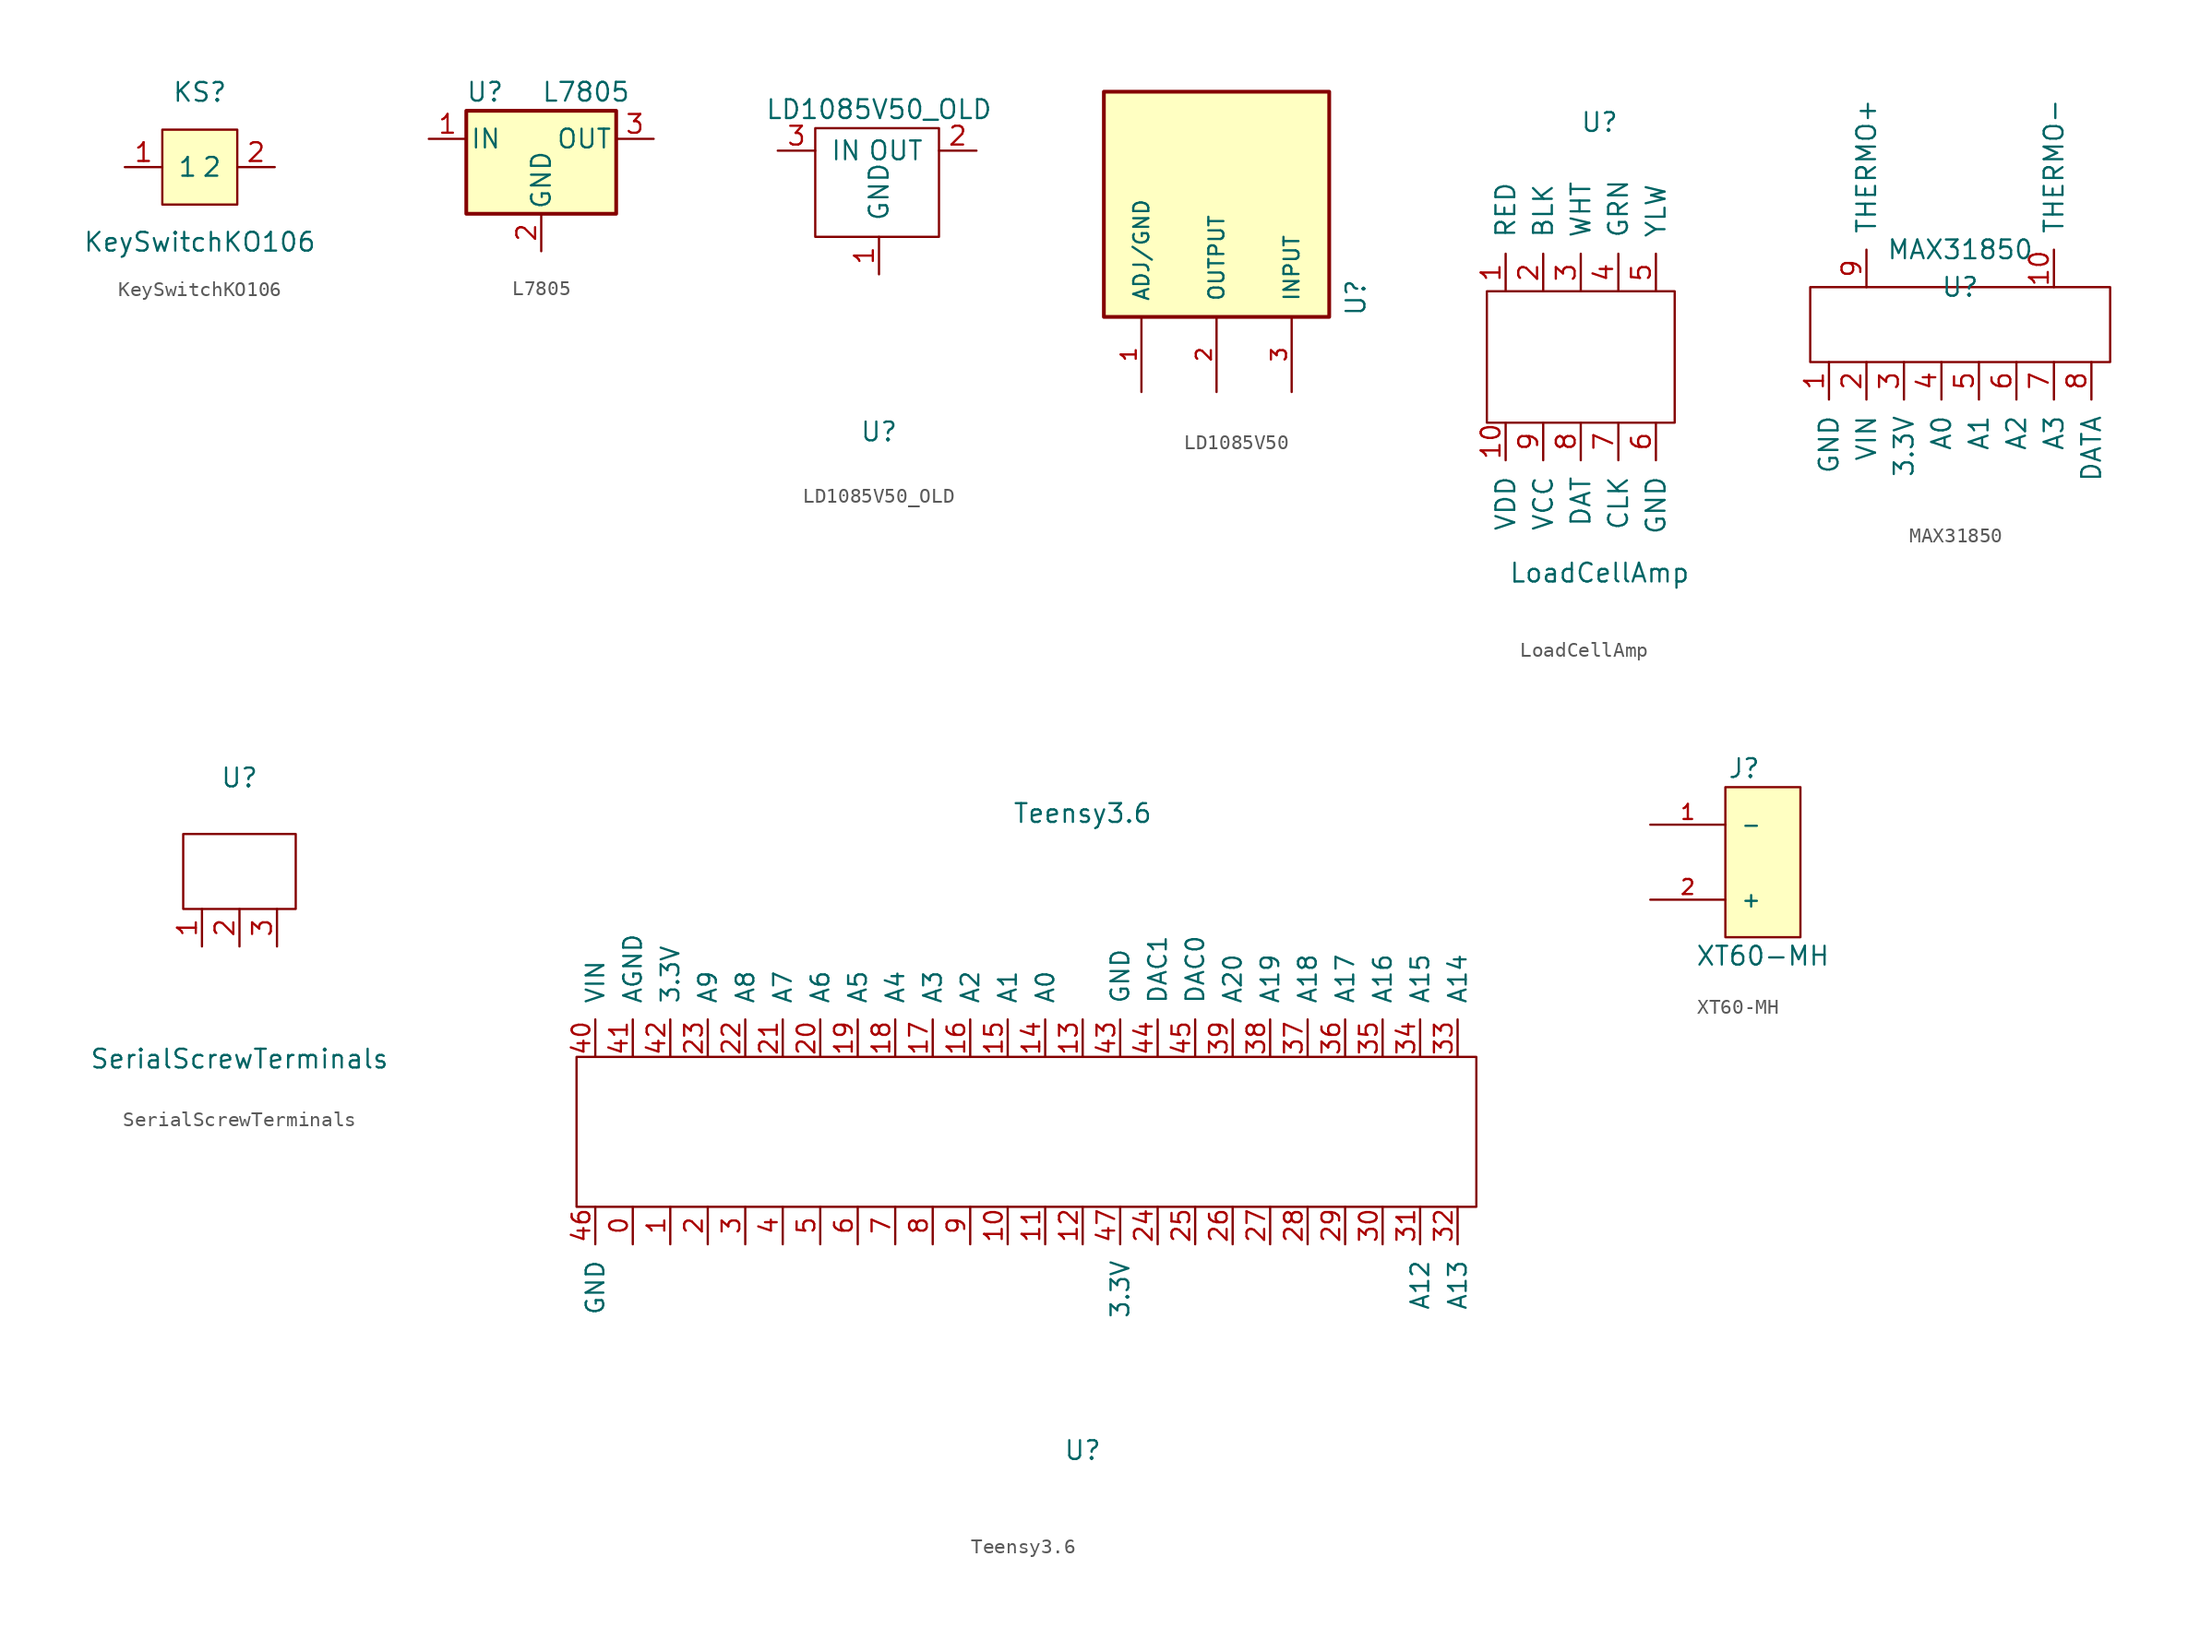
<source format=kicad_sym>
(kicad_symbol_lib
  (version 20211014)
  (generator kicad_symbol_editor)
  (symbol "KeySwitchKO106"
    (pin_names
      (offset 1.016))
    (property "Reference" "KS"
      (at 0 5.08 0)
      (effects (font (size 1.27 1.27))))
    (property "Value" "KeySwitchKO106"
      (at 0 -5.08 0)
      (effects (font (size 1.27 1.27))))
    (symbol "KeySwitchKO106_0_1"
      (rectangle (start -2.54 2.54) (end 2.54 -2.54) (stroke (width 0) (type default) (color 0 0 0 0)) (fill (type background))))
    (symbol "KeySwitchKO106_1_1"
      (pin passive line (at -5.08 0 0) (length 2.54) (name "1" (effects (font (size 1.27 1.27)))) (number "1" (effects (font (size 1.27 1.27)))))
      (pin passive line (at 5.08 0 180) (length 2.54) (name "2" (effects (font (size 1.27 1.27)))) (number "2" (effects (font (size 1.27 1.27)))))))
  (symbol "L7805"
    (pin_names
      (offset 0.254))
    (property "Reference" "U"
      (at -3.81 3.175 0)
      (effects (font (size 1.27 1.27))))
    (property "Value" "L7805"
      (at 0 3.175 0)
      (effects (font (size 1.27 1.27)) (justify left)))
    (symbol "L7805_0_1"
      (rectangle (start -5.08 1.905) (end 5.08 -5.08) (stroke (width 0.254) (type default) (color 0 0 0 0)) (fill (type background))))
    (symbol "L7805_1_1"
      (pin power_in line (at -7.62 0 0) (length 2.54) (name "IN" (effects (font (size 1.27 1.27)))) (number "1" (effects (font (size 1.27 1.27)))))
      (pin power_in line (at 0 -7.62 90) (length 2.54) (name "GND" (effects (font (size 1.27 1.27)))) (number "2" (effects (font (size 1.27 1.27)))))
      (pin power_out line (at 7.62 0 180) (length 2.54) (name "OUT" (effects (font (size 1.27 1.27)))) (number "3" (effects (font (size 1.27 1.27)))))))
  (symbol "LD1085V50_OLD"
    (pin_names
      (offset 1.016))
    (property "Reference" "U"
      (at 0 -19.05 0)
      (effects (font (size 1.27 1.27))))
    (property "Value" "LD1085V50_OLD"
      (at 0 2.794 0)
      (effects (font (size 1.27 1.27))))
    (symbol "LD1085V50_OLD_0_1"
      (rectangle (start -4.318 1.524) (end 4.064 -5.842) (stroke (width 0) (type default) (color 0 0 0 0)) (fill (type none))))
    (symbol "LD1085V50_OLD_1_1"
      (pin input line (at 0 -8.382 90) (length 2.54) (name "GND" (effects (font (size 1.27 1.27)))) (number "1" (effects (font (size 1.27 1.27)))))
      (pin output line (at 6.604 0 180) (length 2.54) (name "OUT" (effects (font (size 1.27 1.27)))) (number "2" (effects (font (size 1.27 1.27)))))
      (pin input line (at -6.858 0 0) (length 2.54) (name "IN" (effects (font (size 1.27 1.27)))) (number "3" (effects (font (size 1.27 1.27)))))))
  (symbol "LD1085V50"
    (pin_names
      (offset 1.016))
    (property "Reference" "U"
      (at 10.16 -5.08 90)
      (effects (font (size 1.27 1.27)) (justify left bottom)))
    (symbol "LD1085V50_0_0"
      (rectangle (start -7.62 -5.08) (end 7.62 10.16) (stroke (width 0.254) (type default) (color 0 0 0 0)) (fill (type background)))
      (pin bidirectional line (at -5.08 -10.16 90) (length 5.08) (name "ADJ/GND" (effects (font (size 1.016 1.016)))) (number "1" (effects (font (size 1.016 1.016)))))
      (pin bidirectional line (at 0 -10.16 90) (length 5.08) (name "OUTPUT" (effects (font (size 1.016 1.016)))) (number "2" (effects (font (size 1.016 1.016)))))
      (pin bidirectional line (at 5.08 -10.16 90) (length 5.08) (name "INPUT" (effects (font (size 1.016 1.016)))) (number "3" (effects (font (size 1.016 1.016)))))))
  (symbol "LoadCellAmp"
    (pin_names
      (offset 1.016))
    (property "Reference" "U"
      (at 0 15.24 0)
      (effects (font (size 1.27 1.27))))
    (property "Value" "LoadCellAmp"
      (at 0 -15.24 0)
      (effects (font (size 1.27 1.27))))
    (symbol "LoadCellAmp_0_1"
      (rectangle (start -7.62 3.81) (end 5.08 -5.08) (stroke (width 0) (type default) (color 0 0 0 0)) (fill (type none))))
    (symbol "LoadCellAmp_1_1"
      (pin input line (at -6.35 3.81 90) (length 2.54) (name "RED" (effects (font (size 1.27 1.27)))) (number "1" (effects (font (size 1.27 1.27)))))
      (pin input line (at -6.35 -5.08 270) (length 2.54) (name "VDD" (effects (font (size 1.27 1.27)))) (number "10" (effects (font (size 1.27 1.27)))))
      (pin input line (at -3.81 3.81 90) (length 2.54) (name "BLK" (effects (font (size 1.27 1.27)))) (number "2" (effects (font (size 1.27 1.27)))))
      (pin input line (at -1.27 3.81 90) (length 2.54) (name "WHT" (effects (font (size 1.27 1.27)))) (number "3" (effects (font (size 1.27 1.27)))))
      (pin input line (at 1.27 3.81 90) (length 2.54) (name "GRN" (effects (font (size 1.27 1.27)))) (number "4" (effects (font (size 1.27 1.27)))))
      (pin input line (at 3.81 3.81 90) (length 2.54) (name "YLW" (effects (font (size 1.27 1.27)))) (number "5" (effects (font (size 1.27 1.27)))))
      (pin input line (at 3.81 -5.08 270) (length 2.54) (name "GND" (effects (font (size 1.27 1.27)))) (number "6" (effects (font (size 1.27 1.27)))))
      (pin input line (at 1.27 -5.08 270) (length 2.54) (name "CLK" (effects (font (size 1.27 1.27)))) (number "7" (effects (font (size 1.27 1.27)))))
      (pin input line (at -1.27 -5.08 270) (length 2.54) (name "DAT" (effects (font (size 1.27 1.27)))) (number "8" (effects (font (size 1.27 1.27)))))
      (pin input line (at -3.81 -5.08 270) (length 2.54) (name "VCC" (effects (font (size 1.27 1.27)))) (number "9" (effects (font (size 1.27 1.27)))))))
  (symbol "MAX31850"
    (pin_names
      (offset 1.016))
    (property "Reference" "U"
      (at 0 5.08 0)
      (effects (font (size 1.27 1.27))))
    (property "Value" "MAX31850"
      (at 0 7.62 0)
      (effects (font (size 1.27 1.27))))
    (symbol "MAX31850_0_1"
      (rectangle (start -10.16 0) (end 10.16 5.08) (stroke (width 0) (type default) (color 0 0 0 0)) (fill (type none))))
    (symbol "MAX31850_1_1"
      (pin input line (at -8.89 0 270) (length 2.54) (name "GND" (effects (font (size 1.27 1.27)))) (number "1" (effects (font (size 1.27 1.27)))))
      (pin input line (at 6.35 5.08 90) (length 2.54) (name "THERMO-" (effects (font (size 1.27 1.27)))) (number "10" (effects (font (size 1.27 1.27)))))
      (pin input line (at -6.35 0 270) (length 2.54) (name "VIN" (effects (font (size 1.27 1.27)))) (number "2" (effects (font (size 1.27 1.27)))))
      (pin input line (at -3.81 0 270) (length 2.54) (name "3.3V" (effects (font (size 1.27 1.27)))) (number "3" (effects (font (size 1.27 1.27)))))
      (pin input line (at -1.27 0 270) (length 2.54) (name "A0" (effects (font (size 1.27 1.27)))) (number "4" (effects (font (size 1.27 1.27)))))
      (pin input line (at 1.27 0 270) (length 2.54) (name "A1" (effects (font (size 1.27 1.27)))) (number "5" (effects (font (size 1.27 1.27)))))
      (pin input line (at 3.81 0 270) (length 2.54) (name "A2" (effects (font (size 1.27 1.27)))) (number "6" (effects (font (size 1.27 1.27)))))
      (pin input line (at 6.35 0 270) (length 2.54) (name "A3" (effects (font (size 1.27 1.27)))) (number "7" (effects (font (size 1.27 1.27)))))
      (pin input line (at 8.89 0 270) (length 2.54) (name "DATA" (effects (font (size 1.27 1.27)))) (number "8" (effects (font (size 1.27 1.27)))))
      (pin input line (at -6.35 5.08 90) (length 2.54) (name "THERMO+" (effects (font (size 1.27 1.27)))) (number "9" (effects (font (size 1.27 1.27)))))))
  (symbol "SerialScrewTerminals"
    (pin_names
      (offset 1.016))
    (property "Reference" "U"
      (at 0 8.89 0)
      (effects (font (size 1.27 1.27))))
    (property "Value" "SerialScrewTerminals"
      (at 0 -10.16 0)
      (effects (font (size 1.27 1.27))))
    (symbol "SerialScrewTerminals_0_1"
      (rectangle (start -3.81 0) (end 3.81 5.08) (stroke (width 0) (type default) (color 0 0 0 0)) (fill (type none))))
    (symbol "SerialScrewTerminals_1_1"
      (pin input line (at -2.54 0 270) (length 2.54) (name "~" (effects (font (size 1.27 1.27)))) (number "1" (effects (font (size 1.27 1.27)))))
      (pin input line (at 0 0 270) (length 2.54) (name "~" (effects (font (size 1.27 1.27)))) (number "2" (effects (font (size 1.27 1.27)))))
      (pin input line (at 2.54 0 270) (length 2.54) (name "~" (effects (font (size 1.27 1.27)))) (number "3" (effects (font (size 1.27 1.27)))))))
  (symbol "Teensy3.6"
    (pin_names
      (offset 1.016))
    (property "Reference" "U"
      (at 0 -21.59 0)
      (effects (font (size 1.27 1.27))))
    (property "Value" "Teensy3.6"
      (at 0 21.59 0)
      (effects (font (size 1.27 1.27))))
    (symbol "Teensy3.6_0_1"
      (rectangle (start -34.29 5.08) (end 26.67 -5.08) (stroke (width 0) (type default) (color 0 0 0 0)) (fill (type none))))
    (symbol "Teensy3.6_1_1"
      (pin input line (at -30.48 -5.08 270) (length 2.54) (name "~" (effects (font (size 1.194 1.194)))) (number "0" (effects (font (size 1.194 1.194)))))
      (pin input line (at -27.94 -5.08 270) (length 2.54) (name "~" (effects (font (size 1.194 1.194)))) (number "1" (effects (font (size 1.194 1.194)))))
      (pin input line (at -5.08 -5.08 270) (length 2.54) (name "~" (effects (font (size 1.194 1.194)))) (number "10" (effects (font (size 1.194 1.194)))))
      (pin input line (at -2.54 -5.08 270) (length 2.54) (name "~" (effects (font (size 1.194 1.194)))) (number "11" (effects (font (size 1.194 1.194)))))
      (pin input line (at 0 -5.08 270) (length 2.54) (name "~" (effects (font (size 1.194 1.194)))) (number "12" (effects (font (size 1.194 1.194)))))
      (pin input line (at 0 5.08 90) (length 2.54) (name "~" (effects (font (size 1.194 1.194)))) (number "13" (effects (font (size 1.194 1.194)))))
      (pin input line (at -2.54 5.08 90) (length 2.54) (name "A0" (effects (font (size 1.194 1.194)))) (number "14" (effects (font (size 1.194 1.194)))))
      (pin input line (at -5.08 5.08 90) (length 2.54) (name "A1" (effects (font (size 1.194 1.194)))) (number "15" (effects (font (size 1.194 1.194)))))
      (pin input line (at -7.62 5.08 90) (length 2.54) (name "A2" (effects (font (size 1.194 1.194)))) (number "16" (effects (font (size 1.194 1.194)))))
      (pin input line (at -10.16 5.08 90) (length 2.54) (name "A3" (effects (font (size 1.194 1.194)))) (number "17" (effects (font (size 1.194 1.194)))))
      (pin input line (at -12.7 5.08 90) (length 2.54) (name "A4" (effects (font (size 1.194 1.194)))) (number "18" (effects (font (size 1.194 1.194)))))
      (pin input line (at -15.24 5.08 90) (length 2.54) (name "A5" (effects (font (size 1.194 1.194)))) (number "19" (effects (font (size 1.194 1.194)))))
      (pin input line (at -25.4 -5.08 270) (length 2.54) (name "~" (effects (font (size 1.194 1.194)))) (number "2" (effects (font (size 1.194 1.194)))))
      (pin input line (at -17.78 5.08 90) (length 2.54) (name "A6" (effects (font (size 1.194 1.194)))) (number "20" (effects (font (size 1.194 1.194)))))
      (pin input line (at -20.32 5.08 90) (length 2.54) (name "A7" (effects (font (size 1.194 1.194)))) (number "21" (effects (font (size 1.194 1.194)))))
      (pin input line (at -22.86 5.08 90) (length 2.54) (name "A8" (effects (font (size 1.194 1.194)))) (number "22" (effects (font (size 1.194 1.194)))))
      (pin input line (at -25.4 5.08 90) (length 2.54) (name "A9" (effects (font (size 1.194 1.194)))) (number "23" (effects (font (size 1.194 1.194)))))
      (pin input line (at 5.08 -5.08 270) (length 2.54) (name "~" (effects (font (size 1.194 1.194)))) (number "24" (effects (font (size 1.194 1.194)))))
      (pin input line (at 7.62 -5.08 270) (length 2.54) (name "~" (effects (font (size 1.194 1.194)))) (number "25" (effects (font (size 1.194 1.194)))))
      (pin input line (at 10.16 -5.08 270) (length 2.54) (name "~" (effects (font (size 1.194 1.194)))) (number "26" (effects (font (size 1.194 1.194)))))
      (pin input line (at 12.7 -5.08 270) (length 2.54) (name "~" (effects (font (size 1.194 1.194)))) (number "27" (effects (font (size 1.194 1.194)))))
      (pin input line (at 15.24 -5.08 270) (length 2.54) (name "~" (effects (font (size 1.194 1.194)))) (number "28" (effects (font (size 1.194 1.194)))))
      (pin input line (at 17.78 -5.08 270) (length 2.54) (name "~" (effects (font (size 1.194 1.194)))) (number "29" (effects (font (size 1.194 1.194)))))
      (pin input line (at -22.86 -5.08 270) (length 2.54) (name "~" (effects (font (size 1.194 1.194)))) (number "3" (effects (font (size 1.194 1.194)))))
      (pin input line (at 20.32 -5.08 270) (length 2.54) (name "~" (effects (font (size 1.194 1.194)))) (number "30" (effects (font (size 1.194 1.194)))))
      (pin input line (at 22.86 -5.08 270) (length 2.54) (name "A12" (effects (font (size 1.194 1.194)))) (number "31" (effects (font (size 1.194 1.194)))))
      (pin input line (at 25.4 -5.08 270) (length 2.54) (name "A13" (effects (font (size 1.194 1.194)))) (number "32" (effects (font (size 1.194 1.194)))))
      (pin input line (at 25.4 5.08 90) (length 2.54) (name "A14" (effects (font (size 1.194 1.194)))) (number "33" (effects (font (size 1.194 1.194)))))
      (pin input line (at 22.86 5.08 90) (length 2.54) (name "A15" (effects (font (size 1.194 1.194)))) (number "34" (effects (font (size 1.194 1.194)))))
      (pin input line (at 20.32 5.08 90) (length 2.54) (name "A16" (effects (font (size 1.194 1.194)))) (number "35" (effects (font (size 1.194 1.194)))))
      (pin input line (at 17.78 5.08 90) (length 2.54) (name "A17" (effects (font (size 1.194 1.194)))) (number "36" (effects (font (size 1.194 1.194)))))
      (pin input line (at 15.24 5.08 90) (length 2.54) (name "A18" (effects (font (size 1.194 1.194)))) (number "37" (effects (font (size 1.194 1.194)))))
      (pin input line (at 12.7 5.08 90) (length 2.54) (name "A19" (effects (font (size 1.194 1.194)))) (number "38" (effects (font (size 1.194 1.194)))))
      (pin input line (at 10.16 5.08 90) (length 2.54) (name "A20" (effects (font (size 1.194 1.194)))) (number "39" (effects (font (size 1.194 1.194)))))
      (pin input line (at -20.32 -5.08 270) (length 2.54) (name "~" (effects (font (size 1.194 1.194)))) (number "4" (effects (font (size 1.194 1.194)))))
      (pin input line (at -33.02 5.08 90) (length 2.54) (name "VIN" (effects (font (size 1.194 1.194)))) (number "40" (effects (font (size 1.194 1.194)))))
      (pin input line (at -30.48 5.08 90) (length 2.54) (name "AGND" (effects (font (size 1.194 1.194)))) (number "41" (effects (font (size 1.194 1.194)))))
      (pin input line (at -27.94 5.08 90) (length 2.54) (name "3.3V" (effects (font (size 1.194 1.194)))) (number "42" (effects (font (size 1.194 1.194)))))
      (pin input line (at 2.54 5.08 90) (length 2.54) (name "GND" (effects (font (size 1.194 1.194)))) (number "43" (effects (font (size 1.194 1.194)))))
      (pin input line (at 5.08 5.08 90) (length 2.54) (name "DAC1" (effects (font (size 1.194 1.194)))) (number "44" (effects (font (size 1.194 1.194)))))
      (pin input line (at 7.62 5.08 90) (length 2.54) (name "DAC0" (effects (font (size 1.194 1.194)))) (number "45" (effects (font (size 1.194 1.194)))))
      (pin input line (at -33.02 -5.08 270) (length 2.54) (name "GND" (effects (font (size 1.194 1.194)))) (number "46" (effects (font (size 1.194 1.194)))))
      (pin input line (at 2.54 -5.08 270) (length 2.54) (name "3.3V" (effects (font (size 1.194 1.194)))) (number "47" (effects (font (size 1.194 1.194)))))
      (pin input line (at -17.78 -5.08 270) (length 2.54) (name "~" (effects (font (size 1.194 1.194)))) (number "5" (effects (font (size 1.194 1.194)))))
      (pin input line (at -15.24 -5.08 270) (length 2.54) (name "~" (effects (font (size 1.194 1.194)))) (number "6" (effects (font (size 1.194 1.194)))))
      (pin input line (at -12.7 -5.08 270) (length 2.54) (name "~" (effects (font (size 1.194 1.194)))) (number "7" (effects (font (size 1.194 1.194)))))
      (pin input line (at -10.16 -5.08 270) (length 2.54) (name "~" (effects (font (size 1.194 1.194)))) (number "8" (effects (font (size 1.194 1.194)))))
      (pin input line (at -7.62 -5.08 270) (length 2.54) (name "~" (effects (font (size 1.194 1.194)))) (number "9" (effects (font (size 1.194 1.194)))))))
  (symbol "XT60-MH"
    (pin_names
      (offset 1.016))
    (property "Reference" "J"
      (at -1.27 6.35 0)
      (effects (font (size 1.27 1.27))))
    (property "Value" "XT60-MH"
      (at 0 -6.35 0)
      (effects (font (size 1.27 1.27))))
    (symbol "XT60-MH_0_1"
      (rectangle (start -2.54 5.08) (end 2.54 -5.08) (stroke (width 0) (type default) (color 0 0 0 0)) (fill (type background))))
    (symbol "XT60-MH_1_1"
      (pin passive line (at -7.62 2.54 0) (length 5.08) (name "-" (effects (font (size 1.016 1.016)))) (number "1" (effects (font (size 1.016 1.016)))))
      (pin passive line (at -7.62 -2.54 0) (length 5.08) (name "+" (effects (font (size 1.016 1.016)))) (number "2" (effects (font (size 1.016 1.016))))))))
</source>
